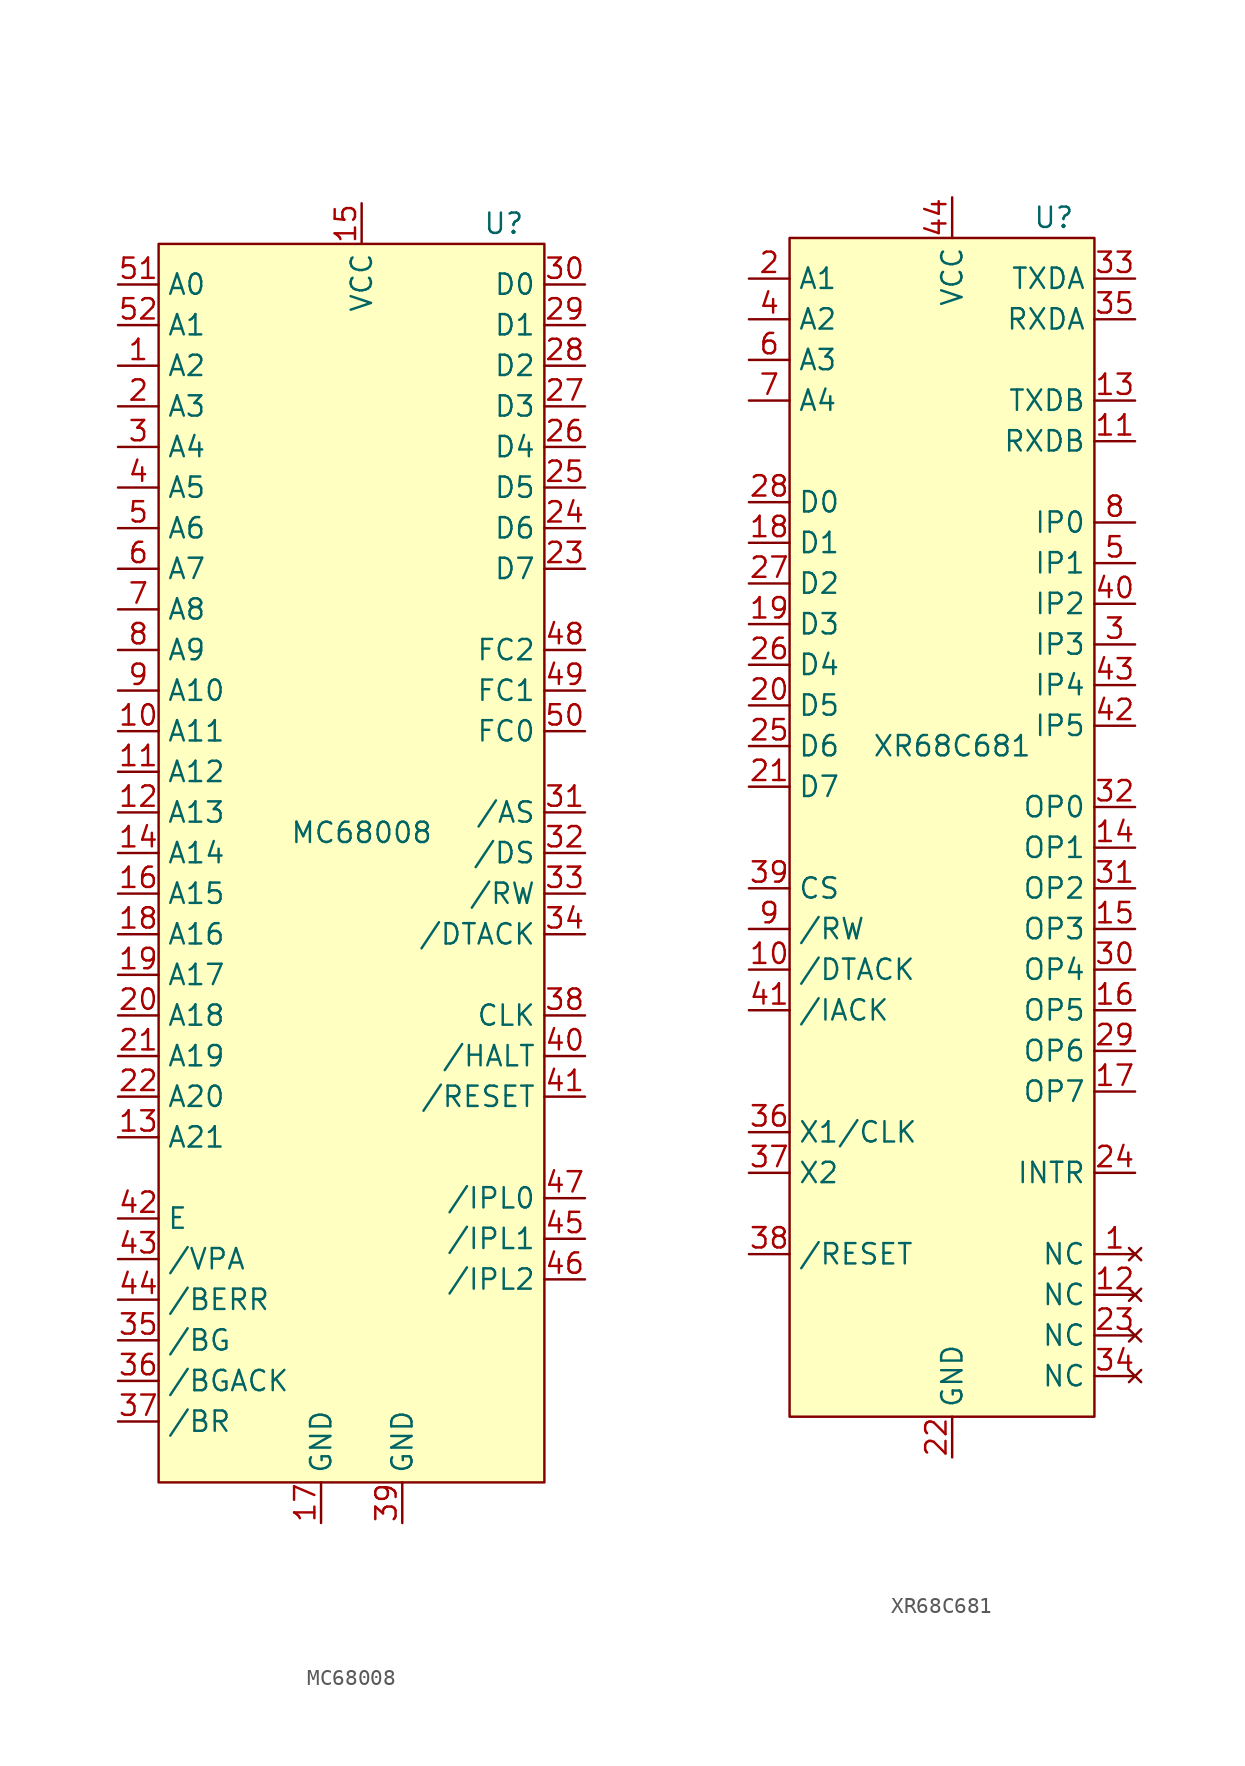
<source format=kicad_sym>
(kicad_symbol_lib
  (version 20211014)
  (generator kicad_symbol_editor)
  (symbol "MC68008"
    (property "Reference" "U"
      (at 8.89 36.83 0)
      (effects (font (size 1.27 1.27))))
    (property "Value" "MC68008"
      (at 0 -1.27 0)
      (effects (font (size 1.27 1.27))))
    (symbol "MC68008_0_1"
      (rectangle (start -12.7 35.56) (end 11.43 -41.91) (stroke (width 0) (type default) (color 0 0 0 0)) (fill (type background))))
    (symbol "MC68008_1_1"
      (pin output line (at -15.24 27.94 0) (length 2.54) (name "A2" (effects (font (size 1.27 1.27)))) (number "1" (effects (font (size 1.27 1.27)))))
      (pin output line (at -15.24 5.08 0) (length 2.54) (name "A11" (effects (font (size 1.27 1.27)))) (number "10" (effects (font (size 1.27 1.27)))))
      (pin output line (at -15.24 2.54 0) (length 2.54) (name "A12" (effects (font (size 1.27 1.27)))) (number "11" (effects (font (size 1.27 1.27)))))
      (pin output line (at -15.24 0 0) (length 2.54) (name "A13" (effects (font (size 1.27 1.27)))) (number "12" (effects (font (size 1.27 1.27)))))
      (pin output line (at -15.24 -20.32 0) (length 2.54) (name "A21" (effects (font (size 1.27 1.27)))) (number "13" (effects (font (size 1.27 1.27)))))
      (pin output line (at -15.24 -2.54 0) (length 2.54) (name "A14" (effects (font (size 1.27 1.27)))) (number "14" (effects (font (size 1.27 1.27)))))
      (pin power_in line (at 0 38.1 270) (length 2.54) (name "VCC" (effects (font (size 1.27 1.27)))) (number "15" (effects (font (size 1.27 1.27)))))
      (pin output line (at -15.24 -5.08 0) (length 2.54) (name "A15" (effects (font (size 1.27 1.27)))) (number "16" (effects (font (size 1.27 1.27)))))
      (pin power_in line (at -2.54 -44.45 90) (length 2.54) (name "GND" (effects (font (size 1.27 1.27)))) (number "17" (effects (font (size 1.27 1.27)))))
      (pin output line (at -15.24 -7.62 0) (length 2.54) (name "A16" (effects (font (size 1.27 1.27)))) (number "18" (effects (font (size 1.27 1.27)))))
      (pin output line (at -15.24 -10.16 0) (length 2.54) (name "A17" (effects (font (size 1.27 1.27)))) (number "19" (effects (font (size 1.27 1.27)))))
      (pin output line (at -15.24 25.4 0) (length 2.54) (name "A3" (effects (font (size 1.27 1.27)))) (number "2" (effects (font (size 1.27 1.27)))))
      (pin output line (at -15.24 -12.7 0) (length 2.54) (name "A18" (effects (font (size 1.27 1.27)))) (number "20" (effects (font (size 1.27 1.27)))))
      (pin output line (at -15.24 -15.24 0) (length 2.54) (name "A19" (effects (font (size 1.27 1.27)))) (number "21" (effects (font (size 1.27 1.27)))))
      (pin output line (at -15.24 -17.78 0) (length 2.54) (name "A20" (effects (font (size 1.27 1.27)))) (number "22" (effects (font (size 1.27 1.27)))))
      (pin bidirectional line (at 13.97 15.24 180) (length 2.54) (name "D7" (effects (font (size 1.27 1.27)))) (number "23" (effects (font (size 1.27 1.27)))))
      (pin bidirectional line (at 13.97 17.78 180) (length 2.54) (name "D6" (effects (font (size 1.27 1.27)))) (number "24" (effects (font (size 1.27 1.27)))))
      (pin bidirectional line (at 13.97 20.32 180) (length 2.54) (name "D5" (effects (font (size 1.27 1.27)))) (number "25" (effects (font (size 1.27 1.27)))))
      (pin bidirectional line (at 13.97 22.86 180) (length 2.54) (name "D4" (effects (font (size 1.27 1.27)))) (number "26" (effects (font (size 1.27 1.27)))))
      (pin bidirectional line (at 13.97 25.4 180) (length 2.54) (name "D3" (effects (font (size 1.27 1.27)))) (number "27" (effects (font (size 1.27 1.27)))))
      (pin bidirectional line (at 13.97 27.94 180) (length 2.54) (name "D2" (effects (font (size 1.27 1.27)))) (number "28" (effects (font (size 1.27 1.27)))))
      (pin bidirectional line (at 13.97 30.48 180) (length 2.54) (name "D1" (effects (font (size 1.27 1.27)))) (number "29" (effects (font (size 1.27 1.27)))))
      (pin output line (at -15.24 22.86 0) (length 2.54) (name "A4" (effects (font (size 1.27 1.27)))) (number "3" (effects (font (size 1.27 1.27)))))
      (pin bidirectional line (at 13.97 33.02 180) (length 2.54) (name "D0" (effects (font (size 1.27 1.27)))) (number "30" (effects (font (size 1.27 1.27)))))
      (pin output line (at 13.97 0 180) (length 2.54) (name "/AS" (effects (font (size 1.27 1.27)))) (number "31" (effects (font (size 1.27 1.27)))))
      (pin output line (at 13.97 -2.54 180) (length 2.54) (name "/DS" (effects (font (size 1.27 1.27)))) (number "32" (effects (font (size 1.27 1.27)))))
      (pin output line (at 13.97 -5.08 180) (length 2.54) (name "/RW" (effects (font (size 1.27 1.27)))) (number "33" (effects (font (size 1.27 1.27)))))
      (pin input line (at 13.97 -7.62 180) (length 2.54) (name "/DTACK" (effects (font (size 1.27 1.27)))) (number "34" (effects (font (size 1.27 1.27)))))
      (pin output line (at -15.24 -33.02 0) (length 2.54) (name "/BG" (effects (font (size 1.27 1.27)))) (number "35" (effects (font (size 1.27 1.27)))))
      (pin output line (at -15.24 -35.56 0) (length 2.54) (name "/BGACK" (effects (font (size 1.27 1.27)))) (number "36" (effects (font (size 1.27 1.27)))))
      (pin output line (at -15.24 -38.1 0) (length 2.54) (name "/BR" (effects (font (size 1.27 1.27)))) (number "37" (effects (font (size 1.27 1.27)))))
      (pin input line (at 13.97 -12.7 180) (length 2.54) (name "CLK" (effects (font (size 1.27 1.27)))) (number "38" (effects (font (size 1.27 1.27)))))
      (pin power_in line (at 2.54 -44.45 90) (length 2.54) (name "GND" (effects (font (size 1.27 1.27)))) (number "39" (effects (font (size 1.27 1.27)))))
      (pin output line (at -15.24 20.32 0) (length 2.54) (name "A5" (effects (font (size 1.27 1.27)))) (number "4" (effects (font (size 1.27 1.27)))))
      (pin input line (at 13.97 -15.24 180) (length 2.54) (name "/HALT" (effects (font (size 1.27 1.27)))) (number "40" (effects (font (size 1.27 1.27)))))
      (pin input line (at 13.97 -17.78 180) (length 2.54) (name "/RESET" (effects (font (size 1.27 1.27)))) (number "41" (effects (font (size 1.27 1.27)))))
      (pin output line (at -15.24 -25.4 0) (length 2.54) (name "E" (effects (font (size 1.27 1.27)))) (number "42" (effects (font (size 1.27 1.27)))))
      (pin output line (at -15.24 -27.94 0) (length 2.54) (name "/VPA" (effects (font (size 1.27 1.27)))) (number "43" (effects (font (size 1.27 1.27)))))
      (pin output line (at -15.24 -30.48 0) (length 2.54) (name "/BERR" (effects (font (size 1.27 1.27)))) (number "44" (effects (font (size 1.27 1.27)))))
      (pin input line (at 13.97 -26.67 180) (length 2.54) (name "/IPL1" (effects (font (size 1.27 1.27)))) (number "45" (effects (font (size 1.27 1.27)))))
      (pin input line (at 13.97 -29.21 180) (length 2.54) (name "/IPL2" (effects (font (size 1.27 1.27)))) (number "46" (effects (font (size 1.27 1.27)))))
      (pin input line (at 13.97 -24.13 180) (length 2.54) (name "/IPL0" (effects (font (size 1.27 1.27)))) (number "47" (effects (font (size 1.27 1.27)))))
      (pin output line (at 13.97 10.16 180) (length 2.54) (name "FC2" (effects (font (size 1.27 1.27)))) (number "48" (effects (font (size 1.27 1.27)))))
      (pin output line (at 13.97 7.62 180) (length 2.54) (name "FC1" (effects (font (size 1.27 1.27)))) (number "49" (effects (font (size 1.27 1.27)))))
      (pin output line (at -15.24 17.78 0) (length 2.54) (name "A6" (effects (font (size 1.27 1.27)))) (number "5" (effects (font (size 1.27 1.27)))))
      (pin output line (at 13.97 5.08 180) (length 2.54) (name "FC0" (effects (font (size 1.27 1.27)))) (number "50" (effects (font (size 1.27 1.27)))))
      (pin output line (at -15.24 33.02 0) (length 2.54) (name "A0" (effects (font (size 1.27 1.27)))) (number "51" (effects (font (size 1.27 1.27)))))
      (pin output line (at -15.24 30.48 0) (length 2.54) (name "A1" (effects (font (size 1.27 1.27)))) (number "52" (effects (font (size 1.27 1.27)))))
      (pin output line (at -15.24 15.24 0) (length 2.54) (name "A7" (effects (font (size 1.27 1.27)))) (number "6" (effects (font (size 1.27 1.27)))))
      (pin output line (at -15.24 12.7 0) (length 2.54) (name "A8" (effects (font (size 1.27 1.27)))) (number "7" (effects (font (size 1.27 1.27)))))
      (pin output line (at -15.24 10.16 0) (length 2.54) (name "A9" (effects (font (size 1.27 1.27)))) (number "8" (effects (font (size 1.27 1.27)))))
      (pin output line (at -15.24 7.62 0) (length 2.54) (name "A10" (effects (font (size 1.27 1.27)))) (number "9" (effects (font (size 1.27 1.27)))))))
  (symbol "XR68C681"
    (property "Reference" "U"
      (at 6.35 33.02 0)
      (effects (font (size 1.27 1.27))))
    (property "Value" "XR68C681"
      (at 0 0 0)
      (effects (font (size 1.27 1.27))))
    (symbol "XR68C681_0_1"
      (rectangle (start -10.16 31.75) (end 8.89 -41.91) (stroke (width 0) (type default) (color 0 0 0 0)) (fill (type background))))
    (symbol "XR68C681_1_1"
      (pin no_connect line (at 11.43 -31.75 180) (length 2.54) (name "NC" (effects (font (size 1.27 1.27)))) (number "1" (effects (font (size 1.27 1.27)))))
      (pin output line (at -12.7 -13.97 0) (length 2.54) (name "/DTACK" (effects (font (size 1.27 1.27)))) (number "10" (effects (font (size 1.27 1.27)))))
      (pin output line (at 11.43 19.05 180) (length 2.54) (name "RXDB" (effects (font (size 1.27 1.27)))) (number "11" (effects (font (size 1.27 1.27)))))
      (pin no_connect line (at 11.43 -34.29 180) (length 2.54) (name "NC" (effects (font (size 1.27 1.27)))) (number "12" (effects (font (size 1.27 1.27)))))
      (pin input line (at 11.43 21.59 180) (length 2.54) (name "TXDB" (effects (font (size 1.27 1.27)))) (number "13" (effects (font (size 1.27 1.27)))))
      (pin output line (at 11.43 -6.35 180) (length 2.54) (name "OP1" (effects (font (size 1.27 1.27)))) (number "14" (effects (font (size 1.27 1.27)))))
      (pin output line (at 11.43 -11.43 180) (length 2.54) (name "OP3" (effects (font (size 1.27 1.27)))) (number "15" (effects (font (size 1.27 1.27)))))
      (pin output line (at 11.43 -16.51 180) (length 2.54) (name "OP5" (effects (font (size 1.27 1.27)))) (number "16" (effects (font (size 1.27 1.27)))))
      (pin output line (at 11.43 -21.59 180) (length 2.54) (name "OP7" (effects (font (size 1.27 1.27)))) (number "17" (effects (font (size 1.27 1.27)))))
      (pin bidirectional line (at -12.7 12.7 0) (length 2.54) (name "D1" (effects (font (size 1.27 1.27)))) (number "18" (effects (font (size 1.27 1.27)))))
      (pin bidirectional line (at -12.7 7.62 0) (length 2.54) (name "D3" (effects (font (size 1.27 1.27)))) (number "19" (effects (font (size 1.27 1.27)))))
      (pin input line (at -12.7 29.21 0) (length 2.54) (name "A1" (effects (font (size 1.27 1.27)))) (number "2" (effects (font (size 1.27 1.27)))))
      (pin bidirectional line (at -12.7 2.54 0) (length 2.54) (name "D5" (effects (font (size 1.27 1.27)))) (number "20" (effects (font (size 1.27 1.27)))))
      (pin bidirectional line (at -12.7 -2.54 0) (length 2.54) (name "D7" (effects (font (size 1.27 1.27)))) (number "21" (effects (font (size 1.27 1.27)))))
      (pin power_in line (at 0 -44.45 90) (length 2.54) (name "GND" (effects (font (size 1.27 1.27)))) (number "22" (effects (font (size 1.27 1.27)))))
      (pin no_connect line (at 11.43 -36.83 180) (length 2.54) (name "NC" (effects (font (size 1.27 1.27)))) (number "23" (effects (font (size 1.27 1.27)))))
      (pin output line (at 11.43 -26.67 180) (length 2.54) (name "INTR" (effects (font (size 1.27 1.27)))) (number "24" (effects (font (size 1.27 1.27)))))
      (pin bidirectional line (at -12.7 0 0) (length 2.54) (name "D6" (effects (font (size 1.27 1.27)))) (number "25" (effects (font (size 1.27 1.27)))))
      (pin bidirectional line (at -12.7 5.08 0) (length 2.54) (name "D4" (effects (font (size 1.27 1.27)))) (number "26" (effects (font (size 1.27 1.27)))))
      (pin bidirectional line (at -12.7 10.16 0) (length 2.54) (name "D2" (effects (font (size 1.27 1.27)))) (number "27" (effects (font (size 1.27 1.27)))))
      (pin bidirectional line (at -12.7 15.24 0) (length 2.54) (name "D0" (effects (font (size 1.27 1.27)))) (number "28" (effects (font (size 1.27 1.27)))))
      (pin output line (at 11.43 -19.05 180) (length 2.54) (name "OP6" (effects (font (size 1.27 1.27)))) (number "29" (effects (font (size 1.27 1.27)))))
      (pin input line (at 11.43 6.35 180) (length 2.54) (name "IP3" (effects (font (size 1.27 1.27)))) (number "3" (effects (font (size 1.27 1.27)))))
      (pin output line (at 11.43 -13.97 180) (length 2.54) (name "OP4" (effects (font (size 1.27 1.27)))) (number "30" (effects (font (size 1.27 1.27)))))
      (pin output line (at 11.43 -8.89 180) (length 2.54) (name "OP2" (effects (font (size 1.27 1.27)))) (number "31" (effects (font (size 1.27 1.27)))))
      (pin output line (at 11.43 -3.81 180) (length 2.54) (name "OP0" (effects (font (size 1.27 1.27)))) (number "32" (effects (font (size 1.27 1.27)))))
      (pin input line (at 11.43 29.21 180) (length 2.54) (name "TXDA" (effects (font (size 1.27 1.27)))) (number "33" (effects (font (size 1.27 1.27)))))
      (pin no_connect line (at 11.43 -39.37 180) (length 2.54) (name "NC" (effects (font (size 1.27 1.27)))) (number "34" (effects (font (size 1.27 1.27)))))
      (pin output line (at 11.43 26.67 180) (length 2.54) (name "RXDA" (effects (font (size 1.27 1.27)))) (number "35" (effects (font (size 1.27 1.27)))))
      (pin input line (at -12.7 -24.13 0) (length 2.54) (name "X1/CLK" (effects (font (size 1.27 1.27)))) (number "36" (effects (font (size 1.27 1.27)))))
      (pin input line (at -12.7 -26.67 0) (length 2.54) (name "X2" (effects (font (size 1.27 1.27)))) (number "37" (effects (font (size 1.27 1.27)))))
      (pin input line (at -12.7 -31.75 0) (length 2.54) (name "/RESET" (effects (font (size 1.27 1.27)))) (number "38" (effects (font (size 1.27 1.27)))))
      (pin input line (at -12.7 -8.89 0) (length 2.54) (name "CS" (effects (font (size 1.27 1.27)))) (number "39" (effects (font (size 1.27 1.27)))))
      (pin input line (at -12.7 26.67 0) (length 2.54) (name "A2" (effects (font (size 1.27 1.27)))) (number "4" (effects (font (size 1.27 1.27)))))
      (pin input line (at 11.43 8.89 180) (length 2.54) (name "IP2" (effects (font (size 1.27 1.27)))) (number "40" (effects (font (size 1.27 1.27)))))
      (pin input line (at -12.7 -16.51 0) (length 2.54) (name "/IACK" (effects (font (size 1.27 1.27)))) (number "41" (effects (font (size 1.27 1.27)))))
      (pin input line (at 11.43 1.27 180) (length 2.54) (name "IP5" (effects (font (size 1.27 1.27)))) (number "42" (effects (font (size 1.27 1.27)))))
      (pin input line (at 11.43 3.81 180) (length 2.54) (name "IP4" (effects (font (size 1.27 1.27)))) (number "43" (effects (font (size 1.27 1.27)))))
      (pin power_in line (at 0 34.29 270) (length 2.54) (name "VCC" (effects (font (size 1.27 1.27)))) (number "44" (effects (font (size 1.27 1.27)))))
      (pin input line (at 11.43 11.43 180) (length 2.54) (name "IP1" (effects (font (size 1.27 1.27)))) (number "5" (effects (font (size 1.27 1.27)))))
      (pin input line (at -12.7 24.13 0) (length 2.54) (name "A3" (effects (font (size 1.27 1.27)))) (number "6" (effects (font (size 1.27 1.27)))))
      (pin input line (at -12.7 21.59 0) (length 2.54) (name "A4" (effects (font (size 1.27 1.27)))) (number "7" (effects (font (size 1.27 1.27)))))
      (pin input line (at 11.43 13.97 180) (length 2.54) (name "IP0" (effects (font (size 1.27 1.27)))) (number "8" (effects (font (size 1.27 1.27)))))
      (pin input line (at -12.7 -11.43 0) (length 2.54) (name "/RW" (effects (font (size 1.27 1.27)))) (number "9" (effects (font (size 1.27 1.27))))))))
</source>
